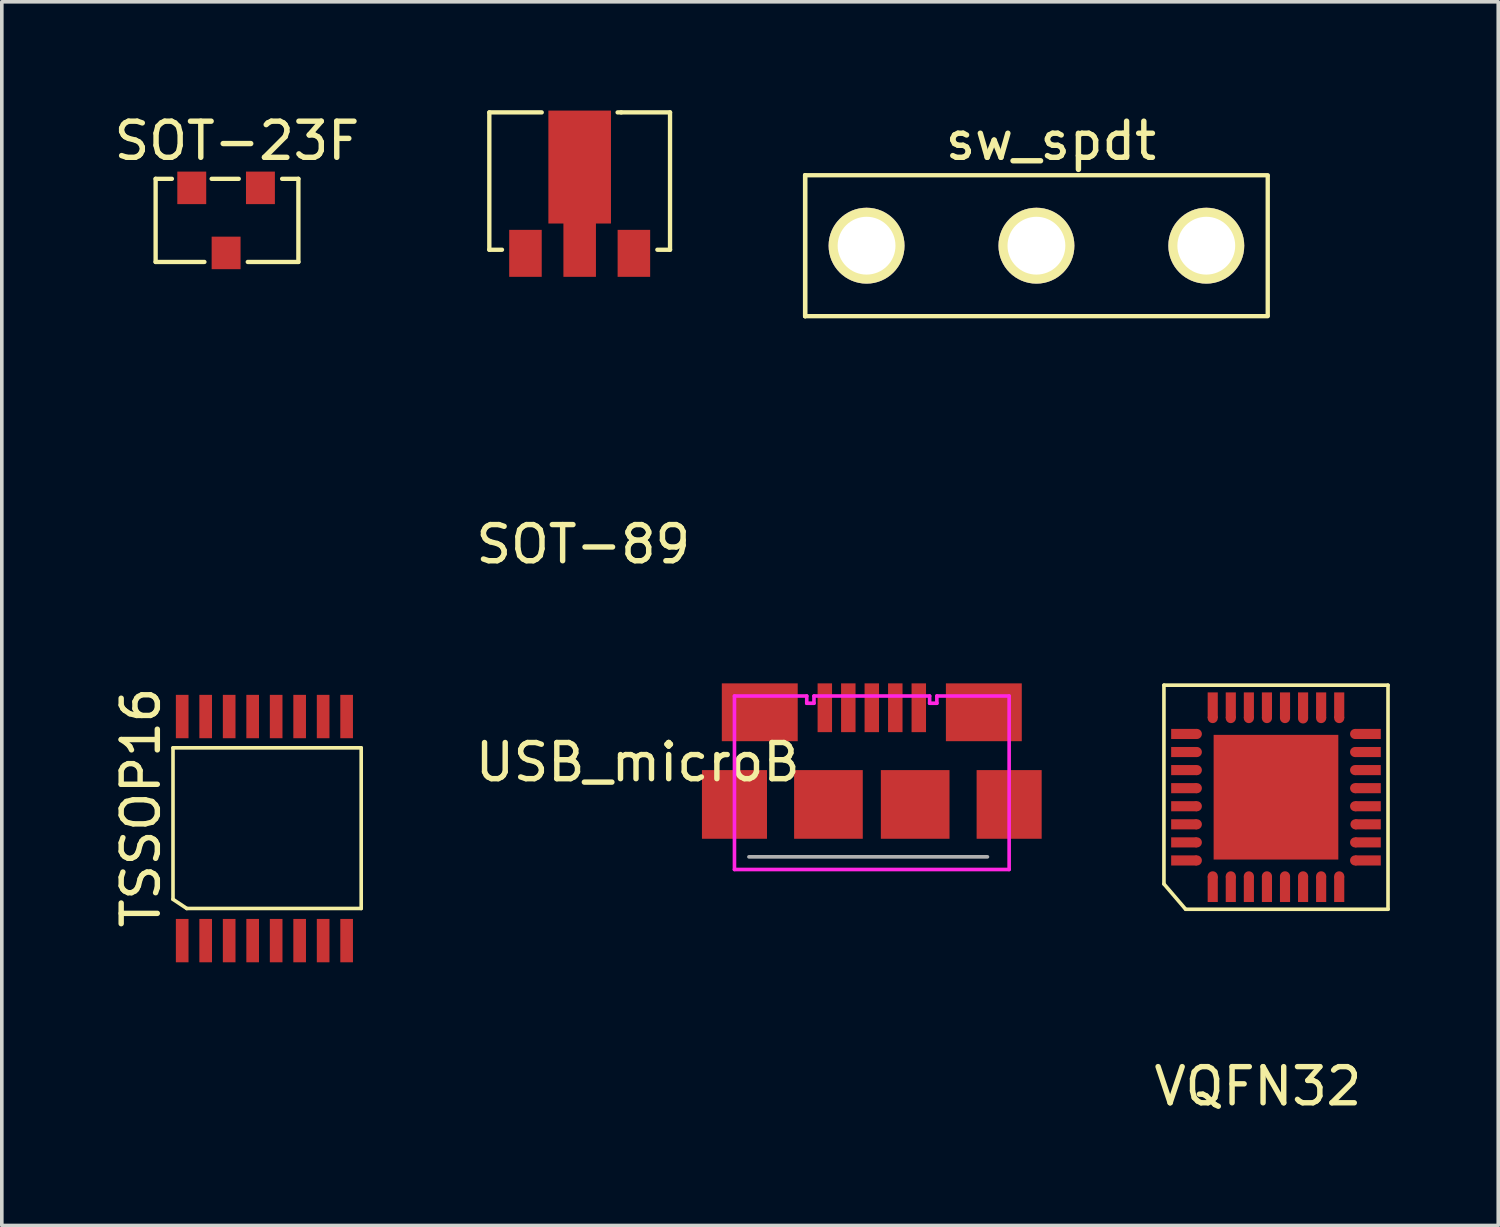
<source format=kicad_pcb>
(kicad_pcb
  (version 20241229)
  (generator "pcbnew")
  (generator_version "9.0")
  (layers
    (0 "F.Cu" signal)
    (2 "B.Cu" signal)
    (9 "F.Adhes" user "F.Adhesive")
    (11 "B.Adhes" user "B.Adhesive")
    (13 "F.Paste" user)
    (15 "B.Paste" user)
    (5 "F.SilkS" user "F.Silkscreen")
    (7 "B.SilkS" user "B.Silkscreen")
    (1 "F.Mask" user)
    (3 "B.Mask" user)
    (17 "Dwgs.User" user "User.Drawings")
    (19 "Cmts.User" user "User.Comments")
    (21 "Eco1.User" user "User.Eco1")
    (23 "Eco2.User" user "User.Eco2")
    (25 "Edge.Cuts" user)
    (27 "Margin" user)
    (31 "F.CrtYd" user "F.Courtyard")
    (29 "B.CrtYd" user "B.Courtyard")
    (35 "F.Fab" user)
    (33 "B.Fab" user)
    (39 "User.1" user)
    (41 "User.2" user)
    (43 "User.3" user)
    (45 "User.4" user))
  (footprint "TSSOP16"
    (layer "F.Cu")
    (at 1.991 22.976)
    (property "Reference" "TSSOP16" (at -1.143 -3.683 90) (layer "F.SilkS") (effects (font (size 1 1) (thickness 0.15))))
    (attr through_hole)
    (fp_line (start -0.254 -5.334) (end 4.953 -5.334) (stroke (width 0.1) (type solid)) (layer "F.SilkS"))
    (fp_line (start -0.254 -1.143) (end -0.254 -5.334) (stroke (width 0.1) (type solid)) (layer "F.SilkS"))
    (fp_line (start 0.127 -0.889) (end -0.254 -1.143) (stroke (width 0.1) (type solid)) (layer "F.SilkS"))
    (fp_line (start 4.953 -5.334) (end 4.953 -0.889) (stroke (width 0.1) (type solid)) (layer "F.SilkS"))
    (fp_line (start 4.953 -0.889) (end 0.127 -0.889) (stroke (width 0.1) (type solid)) (layer "F.SilkS"))
    (pad "1" smd rect (at 0 0) (size 0.35 1.2) (layers "F.Cu" "F.Mask" "F.Paste"))
    (pad "2" smd rect (at 0.65 0) (size 0.35 1.2) (layers "F.Cu" "F.Mask" "F.Paste"))
    (pad "3" smd rect (at 1.3 0) (size 0.35 1.2) (layers "F.Cu" "F.Mask" "F.Paste"))
    (pad "4" smd rect (at 1.95 0) (size 0.35 1.2) (layers "F.Cu" "F.Mask" "F.Paste"))
    (pad "5" smd rect (at 2.6 0) (size 0.35 1.2) (layers "F.Cu" "F.Mask" "F.Paste"))
    (pad "6" smd rect (at 3.25 0) (size 0.35 1.2) (layers "F.Cu" "F.Mask" "F.Paste"))
    (pad "7" smd rect (at 3.9 0) (size 0.35 1.2) (layers "F.Cu" "F.Mask" "F.Paste"))
    (pad "8" smd rect (at 4.55 0) (size 0.35 1.2) (layers "F.Cu" "F.Mask" "F.Paste"))
    (pad "9" smd rect (at 4.55 -6.2) (size 0.35 1.2) (layers "F.Cu" "F.Mask" "F.Paste"))
    (pad "10" smd rect (at 3.9 -6.2) (size 0.35 1.2) (layers "F.Cu" "F.Mask" "F.Paste"))
    (pad "11" smd rect (at 3.25 -6.2) (size 0.35 1.2) (layers "F.Cu" "F.Mask" "F.Paste"))
    (pad "12" smd rect (at 2.6 -6.2) (size 0.35 1.2) (layers "F.Cu" "F.Mask" "F.Paste"))
    (pad "13" smd rect (at 1.95 -6.2) (size 0.35 1.2) (layers "F.Cu" "F.Mask" "F.Paste"))
    (pad "14" smd rect (at 1.3 -6.2) (size 0.35 1.2) (layers "F.Cu" "F.Mask" "F.Paste"))
    (pad "15" smd rect (at 0.65 -6.2) (size 0.35 1.2) (layers "F.Cu" "F.Mask" "F.Paste"))
    (pad "16" smd rect (at 0 -6.2) (size 0.35 1.2) (layers "F.Cu" "F.Mask" "F.Paste")))
  (footprint "VQFN32"
    (layer "F.Cu")
    (at 32.255 19.008)
    (property "Reference" "VQFN32" (at -0.5 8 0) (layer "F.SilkS") (effects (font (size 1 1) (thickness 0.15))))
    (attr through_hole)
    (fp_line (start -3.1 -3.1) (end 3.1 -3.1) (stroke (width 0.1) (type solid)) (layer "F.SilkS"))
    (fp_line (start -3.1 2.4) (end -3.1 -3.1) (stroke (width 0.1) (type solid)) (layer "F.SilkS"))
    (fp_line (start -3.1 2.4) (end -2.5 3.1) (stroke (width 0.1) (type solid)) (layer "F.SilkS"))
    (fp_line (start -2.5 3.1) (end 3.1 3.1) (stroke (width 0.1) (type solid)) (layer "F.SilkS"))
    (fp_line (start 3.1 -3.1) (end 3.1 3.1) (stroke (width 0.1) (type solid)) (layer "F.SilkS"))
    (pad "" smd circle (at -2.19 -1.75) (size 0.28 0.28) (layers "F.Cu" "F.Mask" "F.Paste"))
    (pad "" smd circle (at -2.19 -1.25) (size 0.28 0.28) (layers "F.Cu" "F.Mask" "F.Paste"))
    (pad "" smd circle (at -2.19 -0.75) (size 0.28 0.28) (layers "F.Cu" "F.Mask" "F.Paste"))
    (pad "" smd circle (at -2.19 -0.25) (size 0.28 0.28) (layers "F.Cu" "F.Mask" "F.Paste"))
    (pad "" smd circle (at -2.19 0.25) (size 0.28 0.28) (layers "F.Cu" "F.Mask" "F.Paste"))
    (pad "" smd circle (at -2.19 0.75) (size 0.28 0.28) (layers "F.Cu" "F.Mask" "F.Paste"))
    (pad "" smd circle (at -2.19 1.25) (size 0.28 0.28) (layers "F.Cu" "F.Mask" "F.Paste"))
    (pad "" smd circle (at -2.19 1.75) (size 0.28 0.28) (layers "F.Cu" "F.Mask" "F.Paste"))
    (pad "" smd circle (at -1.75 -2.19) (size 0.28 0.28) (layers "F.Cu" "F.Mask" "F.Paste"))
    (pad "" smd circle (at -1.75 2.19) (size 0.28 0.28) (layers "F.Cu" "F.Mask" "F.Paste"))
    (pad "" smd circle (at -1.25 -2.19) (size 0.28 0.28) (layers "F.Cu" "F.Mask" "F.Paste"))
    (pad "" smd circle (at -1.25 2.19) (size 0.28 0.28) (layers "F.Cu" "F.Mask" "F.Paste"))
    (pad "" smd circle (at -0.75 -2.19) (size 0.28 0.28) (layers "F.Cu" "F.Mask" "F.Paste"))
    (pad "" smd circle (at -0.75 2.19) (size 0.28 0.28) (layers "F.Cu" "F.Mask" "F.Paste"))
    (pad "" smd circle (at -0.25 -2.19) (size 0.28 0.28) (layers "F.Cu" "F.Mask" "F.Paste"))
    (pad "" smd circle (at -0.25 2.19) (size 0.28 0.28) (layers "F.Cu" "F.Mask" "F.Paste"))
    (pad "" smd rect (at 0 0) (size 3.45 3.45) (layers "F.Cu" "F.Mask" "F.Paste"))
    (pad "" smd circle (at 0.25 -2.19) (size 0.28 0.28) (layers "F.Cu" "F.Mask" "F.Paste"))
    (pad "" smd circle (at 0.25 2.19) (size 0.28 0.28) (layers "F.Cu" "F.Mask" "F.Paste"))
    (pad "" smd circle (at 0.75 -2.18) (size 0.28 0.28) (layers "F.Cu" "F.Mask" "F.Paste"))
    (pad "" smd circle (at 0.75 2.19) (size 0.28 0.28) (layers "F.Cu" "F.Mask" "F.Paste"))
    (pad "" smd circle (at 1.25 -2.19) (size 0.28 0.28) (layers "F.Cu" "F.Mask" "F.Paste"))
    (pad "" smd circle (at 1.25 2.19) (size 0.28 0.28) (layers "F.Cu" "F.Mask" "F.Paste"))
    (pad "" smd circle (at 1.75 -2.19) (size 0.28 0.28) (layers "F.Cu" "F.Mask" "F.Paste"))
    (pad "" smd circle (at 1.75 2.19) (size 0.28 0.28) (layers "F.Cu" "F.Mask" "F.Paste"))
    (pad "" smd circle (at 2.19 -1.75) (size 0.28 0.28) (layers "F.Cu" "F.Mask" "F.Paste"))
    (pad "" smd circle (at 2.19 -1.25) (size 0.28 0.28) (layers "F.Cu" "F.Mask" "F.Paste"))
    (pad "" smd circle (at 2.19 -0.75) (size 0.28 0.28) (layers "F.Cu" "F.Mask" "F.Paste"))
    (pad "" smd circle (at 2.19 -0.25) (size 0.28 0.28) (layers "F.Cu" "F.Mask" "F.Paste"))
    (pad "" smd circle (at 2.19 0.25) (size 0.28 0.28) (layers "F.Cu" "F.Mask" "F.Paste"))
    (pad "" smd circle (at 2.19 1.25) (size 0.28 0.28) (layers "F.Cu" "F.Mask" "F.Paste"))
    (pad "" smd circle (at 2.19 1.75) (size 0.28 0.28) (layers "F.Cu" "F.Mask" "F.Paste"))
    (pad "" smd circle (at 2.2 0.75) (size 0.28 0.28) (layers "F.Cu" "F.Mask" "F.Paste"))
    (pad "1" smd rect (at -1.75 2.545) (size 0.28 0.71) (layers "F.Cu" "F.Mask" "F.Paste"))
    (pad "2" smd rect (at -1.25 2.545) (size 0.28 0.71) (layers "F.Cu" "F.Mask" "F.Paste"))
    (pad "3" smd rect (at -0.75 2.545) (size 0.28 0.71) (layers "F.Cu" "F.Mask" "F.Paste"))
    (pad "4" smd rect (at -0.25 2.545) (size 0.28 0.71) (layers "F.Cu" "F.Mask" "F.Paste"))
    (pad "5" smd rect (at 0.25 2.545) (size 0.28 0.71) (layers "F.Cu" "F.Mask" "F.Paste"))
    (pad "6" smd rect (at 0.75 2.545) (size 0.28 0.71) (layers "F.Cu" "F.Mask" "F.Paste"))
    (pad "7" smd rect (at 1.25 2.545) (size 0.28 0.71) (layers "F.Cu" "F.Mask" "F.Paste"))
    (pad "8" smd rect (at 1.75 2.545) (size 0.28 0.71) (layers "F.Cu" "F.Mask" "F.Paste"))
    (pad "9" smd rect (at 2.545 1.75 90) (size 0.28 0.71) (layers "F.Cu" "F.Mask" "F.Paste"))
    (pad "10" smd rect (at 2.545 1.25 90) (size 0.28 0.71) (layers "F.Cu" "F.Mask" "F.Paste"))
    (pad "11" smd rect (at 2.545 0.75 90) (size 0.28 0.71) (layers "F.Cu" "F.Mask" "F.Paste"))
    (pad "12" smd rect (at 2.545 0.25 90) (size 0.28 0.71) (layers "F.Cu" "F.Mask" "F.Paste"))
    (pad "13" smd rect (at 2.545 -0.25 90) (size 0.28 0.71) (layers "F.Cu" "F.Mask" "F.Paste"))
    (pad "14" smd rect (at 2.545 -0.75 90) (size 0.28 0.71) (layers "F.Cu" "F.Mask" "F.Paste"))
    (pad "15" smd rect (at 2.545 -1.25 90) (size 0.28 0.71) (layers "F.Cu" "F.Mask" "F.Paste"))
    (pad "16" smd rect (at 2.545 -1.75 90) (size 0.28 0.71) (layers "F.Cu" "F.Mask" "F.Paste"))
    (pad "17" smd rect (at 1.75 -2.545) (size 0.28 0.71) (layers "F.Cu" "F.Mask" "F.Paste"))
    (pad "18" smd rect (at 1.25 -2.545) (size 0.28 0.71) (layers "F.Cu" "F.Mask" "F.Paste"))
    (pad "19" smd rect (at 0.75 -2.545) (size 0.28 0.71) (layers "F.Cu" "F.Mask" "F.Paste"))
    (pad "20" smd rect (at 0.25 -2.545) (size 0.28 0.71) (layers "F.Cu" "F.Mask" "F.Paste"))
    (pad "21" smd rect (at -0.25 -2.545) (size 0.28 0.71) (layers "F.Cu" "F.Mask" "F.Paste"))
    (pad "22" smd rect (at -0.75 -2.545) (size 0.28 0.71) (layers "F.Cu" "F.Mask" "F.Paste"))
    (pad "23" smd rect (at -1.25 -2.545) (size 0.28 0.71) (layers "F.Cu" "F.Mask" "F.Paste"))
    (pad "24" smd rect (at -1.75 -2.545) (size 0.28 0.71) (layers "F.Cu" "F.Mask" "F.Paste"))
    (pad "25" smd rect (at -2.545 -1.75 90) (size 0.28 0.71) (layers "F.Cu" "F.Mask" "F.Paste"))
    (pad "26" smd rect (at -2.545 -1.25 90) (size 0.28 0.71) (layers "F.Cu" "F.Mask" "F.Paste"))
    (pad "27" smd rect (at -2.545 -0.75 90) (size 0.28 0.71) (layers "F.Cu" "F.Mask" "F.Paste"))
    (pad "28" smd rect (at -2.545 -0.25 90) (size 0.28 0.71) (layers "F.Cu" "F.Mask" "F.Paste"))
    (pad "29" smd rect (at -2.545 0.25 90) (size 0.28 0.71) (layers "F.Cu" "F.Mask" "F.Paste"))
    (pad "30" smd rect (at -2.545 0.75 90) (size 0.28 0.71) (layers "F.Cu" "F.Mask" "F.Paste"))
    (pad "31" smd rect (at -2.545 1.25 90) (size 0.28 0.71) (layers "F.Cu" "F.Mask" "F.Paste"))
    (pad "32" smd rect (at -2.545 1.75 90) (size 0.28 0.71) (layers "F.Cu" "F.Mask" "F.Paste")))
  (footprint "USB_microB"
    (layer "F.Cu")
    (at 21.072 19.208)
    (property "Reference" "USB_microB" (at -6.477 -1.168 0) (layer "F.SilkS") (effects (font (size 1 1) (thickness 0.15))))
    (attr through_hole)
    (fp_line (start -3.8 -3) (end -1.8 -3) (stroke (width 0.1) (type solid)) (layer "F.CrtYd"))
    (fp_line (start -3.8 1.8) (end -3.8 -3) (stroke (width 0.1) (type solid)) (layer "F.CrtYd"))
    (fp_line (start -1.8 -3) (end -1.8 -2.8) (stroke (width 0.1) (type solid)) (layer "F.CrtYd"))
    (fp_line (start -1.8 -2.8) (end -1.6 -2.8) (stroke (width 0.1) (type solid)) (layer "F.CrtYd"))
    (fp_line (start -1.6 -3) (end 1.6 -3) (stroke (width 0.1) (type solid)) (layer "F.CrtYd"))
    (fp_line (start -1.6 -2.8) (end -1.6 -3) (stroke (width 0.1) (type solid)) (layer "F.CrtYd"))
    (fp_line (start 1.6 -3) (end 1.6 -2.8) (stroke (width 0.1) (type solid)) (layer "F.CrtYd"))
    (fp_line (start 1.6 -2.8) (end 1.8 -2.8) (stroke (width 0.1) (type solid)) (layer "F.CrtYd"))
    (fp_line (start 1.8 -3) (end 3.8 -3) (stroke (width 0.1) (type solid)) (layer "F.CrtYd"))
    (fp_line (start 1.8 -2.8) (end 1.8 -3) (stroke (width 0.1) (type solid)) (layer "F.CrtYd"))
    (fp_line (start 3.8 -3) (end 3.8 1.8) (stroke (width 0.1) (type solid)) (layer "F.CrtYd"))
    (fp_line (start 3.8 1.8) (end -3.8 1.8) (stroke (width 0.1) (type solid)) (layer "F.CrtYd"))
    (fp_line (start -3.4 1.45) (end 3.2 1.45) (stroke (width 0.1) (type solid)) (layer "F.Fab"))
    (pad "1" smd rect (at -1.3 -2.675) (size 0.4 1.35) (layers "F.Cu" "F.Mask" "F.Paste"))
    (pad "2" smd rect (at -0.65 -2.675) (size 0.4 1.35) (layers "F.Cu" "F.Mask" "F.Paste"))
    (pad "3" smd rect (at 0 -2.675) (size 0.4 1.35) (layers "F.Cu" "F.Mask" "F.Paste"))
    (pad "4" smd rect (at 0.65 -2.675) (size 0.4 1.35) (layers "F.Cu" "F.Mask" "F.Paste"))
    (pad "5" smd rect (at -3.8 0) (size 1.8 1.9) (layers "F.Cu" "F.Mask" "F.Paste"))
    (pad "5" smd rect (at -3.1 -2.55) (size 2.1 1.6) (layers "F.Cu" "F.Mask" "F.Paste"))
    (pad "5" smd rect (at -1.2 0) (size 1.9 1.9) (layers "F.Cu" "F.Mask" "F.Paste"))
    (pad "5" smd rect (at 1.2 0) (size 1.9 1.9) (layers "F.Cu" "F.Mask" "F.Paste"))
    (pad "5" smd rect (at 1.3 -2.675) (size 0.4 1.35) (layers "F.Cu" "F.Mask" "F.Paste"))
    (pad "5" smd rect (at 3.1 -2.55) (size 2.1 1.6) (layers "F.Cu" "F.Mask" "F.Paste"))
    (pad "5" smd rect (at 3.8 0) (size 1.8 1.9) (layers "F.Cu" "F.Mask" "F.Paste")))
  (footprint "SOT-89"
    (layer "F.Cu")
    (at 12.989 3.96)
    (property "Reference" "SOT-89" (at 0.1 8.05 0) (layer "F.SilkS") (effects (font (size 1 1) (thickness 0.15))))
    (attr through_hole)
    (fp_line (start -2.5 -3.9) (end -2.5 -0.1) (stroke (width 0.12) (type solid)) (layer "F.SilkS"))
    (fp_line (start -2.5 -0.1) (end -2.15 -0.1) (stroke (width 0.12) (type solid)) (layer "F.SilkS"))
    (fp_line (start -1.05 -3.9) (end -2.5 -3.9) (stroke (width 0.12) (type solid)) (layer "F.SilkS"))
    (fp_line (start 1.15 -3.9) (end 1.05 -3.9) (stroke (width 0.12) (type solid)) (layer "F.SilkS"))
    (fp_line (start 2.15 -0.1) (end 2.5 -0.1) (stroke (width 0.12) (type solid)) (layer "F.SilkS"))
    (fp_line (start 2.5 -3.9) (end 1.15 -3.9) (stroke (width 0.12) (type solid)) (layer "F.SilkS"))
    (fp_line (start 2.5 -0.1) (end 2.5 -3.9) (stroke (width 0.12) (type solid)) (layer "F.SilkS"))
    (pad "1" smd rect (at -1.5 0) (size 0.9 1.3) (layers "F.Cu" "F.Mask" "F.Paste"))
    (pad "2" smd rect (at 0 -2.388) (size 1.732 3.125) (layers "F.Cu" "F.Mask" "F.Paste"))
    (pad "2" smd rect (at 0 -0.2) (size 0.9 1.7) (layers "F.Cu" "F.Mask" "F.Paste"))
    (pad "3" smd rect (at 1.5 0) (size 0.9 1.3) (layers "F.Cu" "F.Mask" "F.Paste")))
  (footprint "SOT-23F"
    (layer "F.Cu")
    (at 3.206 2.148)
    (property "Reference" "SOT-23F" (at 0.3 -1.3 0) (layer "F.SilkS") (effects (font (size 1 1) (thickness 0.15))))
    (attr through_hole)
    (fp_line (start -1.95 -0.25) (end -1.95 2.05) (stroke (width 0.12) (type solid)) (layer "F.SilkS"))
    (fp_line (start -1.95 2.05) (end -0.6 2.05) (stroke (width 0.12) (type solid)) (layer "F.SilkS"))
    (fp_line (start -1.5 -0.25) (end -1.95 -0.25) (stroke (width 0.12) (type solid)) (layer "F.SilkS"))
    (fp_line (start -0.4 -0.25) (end 0.35 -0.25) (stroke (width 0.12) (type solid)) (layer "F.SilkS"))
    (fp_line (start 1.55 -0.25) (end 2 -0.25) (stroke (width 0.12) (type solid)) (layer "F.SilkS"))
    (fp_line (start 2 -0.25) (end 2 2.05) (stroke (width 0.12) (type solid)) (layer "F.SilkS"))
    (fp_line (start 2 2.05) (end 0.6 2.05) (stroke (width 0.12) (type solid)) (layer "F.SilkS"))
    (pad "1" smd rect (at 0.95 0) (size 0.8 0.9) (layers "F.Cu" "F.Mask" "F.Paste"))
    (pad "2" smd rect (at 0 1.8) (size 0.8 0.9) (layers "F.Cu" "F.Mask" "F.Paste"))
    (pad "3" smd rect (at -0.95 0) (size 0.8 0.9) (layers "F.Cu" "F.Mask" "F.Paste")))
  (footprint "sw_spdt"
    (layer "F.Cu")
    (at 25.627 3.748)
    (property "Reference" "sw_spdt" (at 0.4 -2.9 0) (layer "F.SilkS") (effects (font (size 1 1) (thickness 0.15))))
    (attr through_hole)
    (fp_line (start -6.4 -1.95) (end -6.4 1.95) (stroke (width 0.12) (type solid)) (layer "F.SilkS"))
    (fp_line (start -6.4 -1.95) (end -6.4 1.95) (stroke (width 0.12) (type solid)) (layer "F.SilkS"))
    (fp_line (start -6.4 1.95) (end 6.4 1.95) (stroke (width 0.12) (type solid)) (layer "F.SilkS"))
    (fp_line (start 6.4 -1.95) (end -6.4 -1.95) (stroke (width 0.12) (type solid)) (layer "F.SilkS"))
    (fp_line (start 6.4 -1.925) (end 6.4 1.925) (stroke (width 0.12) (type solid)) (layer "F.SilkS"))
    (pad "1" thru_hole circle (at -4.7 0) (size 2.1 2.1) (drill 1.6) (layers "*.Cu" "*.Mask" "F.SilkS"))
    (pad "2" thru_hole circle (at 0 0) (size 2.1 2.1) (drill 1.6) (layers "*.Cu" "*.Mask" "F.SilkS"))
    (pad "3" thru_hole circle (at 4.7 0) (size 2.1 2.1) (drill 1.6) (layers "*.Cu" "*.Mask" "F.SilkS")))
  (gr_rect
    (start -3 -3)
    (end 38.405 30.857)
    (stroke (width 0.1) (type default))
    (fill no)
    (layer "Edge.Cuts")))
</source>
